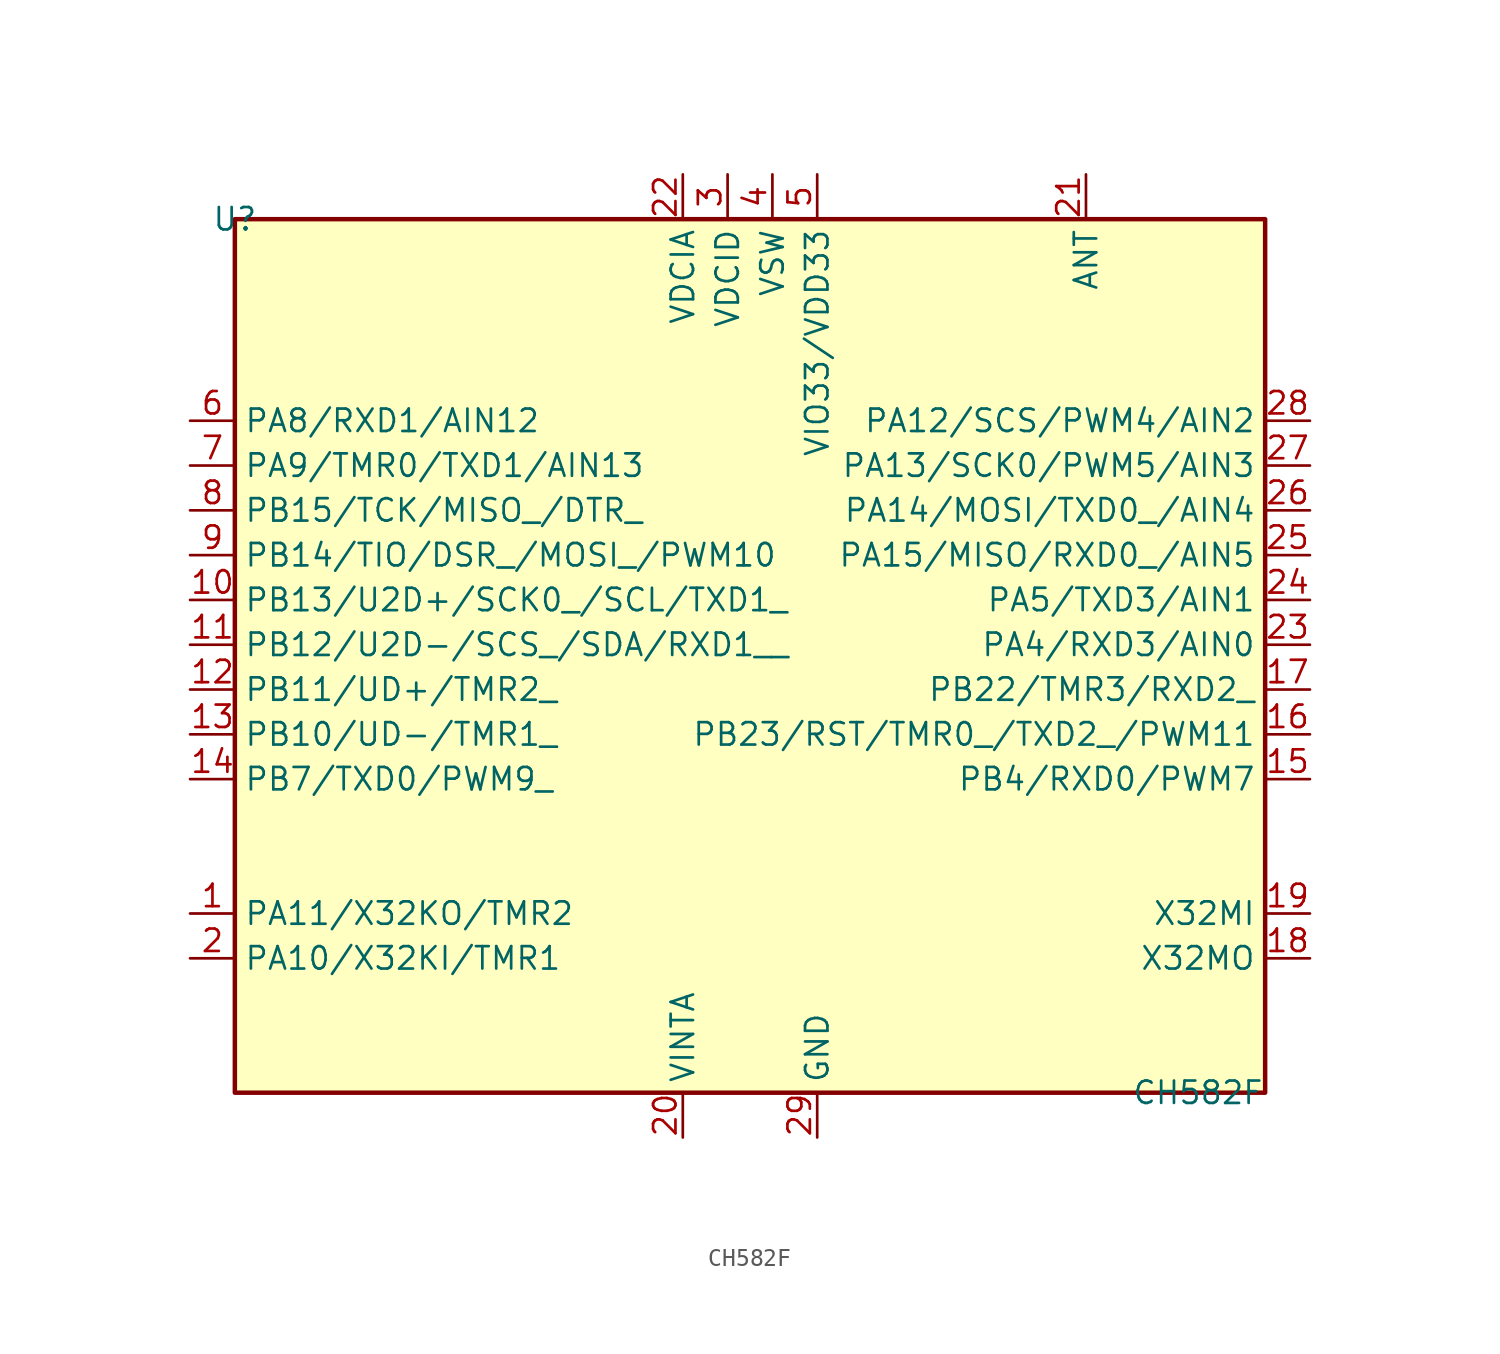
<source format=kicad_sym>
(kicad_symbol_lib
  (version 20220914)
  (generator kicad_symbol_editor)
  (symbol "CH582F"
    (property "Reference" "U"
      (at -29.21 24.13 0)
      (effects (font (size 1.27 1.27))))
    (property "Value" "CH582F"
      (at 25.4 -25.4 0)
      (effects (font (size 1.27 1.27))))
    (symbol "CH582F_1_1"
      (rectangle (start -29.21 24.13) (end 29.21 -25.4) (stroke (width 0.254) (type default)) (fill (type background)))
      (pin bidirectional line (at -31.75 -15.24 0) (length 2.54) (name "PA11/X32KO/TMR2" (effects (font (size 1.27 1.27)))) (number "1" (effects (font (size 1.27 1.27)))))
      (pin bidirectional line (at -31.75 2.54 0) (length 2.54) (name "PB13/U2D+/SCK0_/SCL/TXD1_" (effects (font (size 1.27 1.27)))) (number "10" (effects (font (size 1.27 1.27)))))
      (pin bidirectional line (at -31.75 0 0) (length 2.54) (name "PB12/U2D-/SCS_/SDA/RXD1__" (effects (font (size 1.27 1.27)))) (number "11" (effects (font (size 1.27 1.27)))))
      (pin bidirectional line (at -31.75 -2.54 0) (length 2.54) (name "PB11/UD+/TMR2_" (effects (font (size 1.27 1.27)))) (number "12" (effects (font (size 1.27 1.27)))))
      (pin bidirectional line (at -31.75 -5.08 0) (length 2.54) (name "PB10/UD-/TMR1_" (effects (font (size 1.27 1.27)))) (number "13" (effects (font (size 1.27 1.27)))))
      (pin bidirectional line (at -31.75 -7.62 0) (length 2.54) (name "PB7/TXD0/PWM9_" (effects (font (size 1.27 1.27)))) (number "14" (effects (font (size 1.27 1.27)))))
      (pin bidirectional line (at 31.75 -7.62 180) (length 2.54) (name "PB4/RXD0/PWM7" (effects (font (size 1.27 1.27)))) (number "15" (effects (font (size 1.27 1.27)))))
      (pin bidirectional line (at 31.75 -5.08 180) (length 2.54) (name "PB23/RST/TMR0_/TXD2_/PWM11" (effects (font (size 1.27 1.27)))) (number "16" (effects (font (size 1.27 1.27)))))
      (pin bidirectional line (at 31.75 -2.54 180) (length 2.54) (name "PB22/TMR3/RXD2_" (effects (font (size 1.27 1.27)))) (number "17" (effects (font (size 1.27 1.27)))))
      (pin bidirectional line (at 31.75 -17.78 180) (length 2.54) (name "X32MO" (effects (font (size 1.27 1.27)))) (number "18" (effects (font (size 1.27 1.27)))))
      (pin bidirectional line (at 31.75 -15.24 180) (length 2.54) (name "X32MI" (effects (font (size 1.27 1.27)))) (number "19" (effects (font (size 1.27 1.27)))))
      (pin bidirectional line (at -31.75 -17.78 0) (length 2.54) (name "PA10/X32KI/TMR1" (effects (font (size 1.27 1.27)))) (number "2" (effects (font (size 1.27 1.27)))))
      (pin bidirectional line (at -3.81 -27.94 90) (length 2.54) (name "VINTA" (effects (font (size 1.27 1.27)))) (number "20" (effects (font (size 1.27 1.27)))))
      (pin output line (at 19.05 26.67 270) (length 2.54) (name "ANT" (effects (font (size 1.27 1.27)))) (number "21" (effects (font (size 1.27 1.27)))))
      (pin bidirectional line (at -3.81 26.67 270) (length 2.54) (name "VDCIA" (effects (font (size 1.27 1.27)))) (number "22" (effects (font (size 1.27 1.27)))))
      (pin bidirectional line (at 31.75 0 180) (length 2.54) (name "PA4/RXD3/AIN0" (effects (font (size 1.27 1.27)))) (number "23" (effects (font (size 1.27 1.27)))))
      (pin bidirectional line (at 31.75 2.54 180) (length 2.54) (name "PA5/TXD3/AIN1" (effects (font (size 1.27 1.27)))) (number "24" (effects (font (size 1.27 1.27)))))
      (pin bidirectional line (at 31.75 5.08 180) (length 2.54) (name "PA15/MISO/RXD0_/AIN5" (effects (font (size 1.27 1.27)))) (number "25" (effects (font (size 1.27 1.27)))))
      (pin bidirectional line (at 31.75 7.62 180) (length 2.54) (name "PA14/MOSI/TXD0_/AIN4" (effects (font (size 1.27 1.27)))) (number "26" (effects (font (size 1.27 1.27)))))
      (pin bidirectional line (at 31.75 10.16 180) (length 2.54) (name "PA13/SCK0/PWM5/AIN3" (effects (font (size 1.27 1.27)))) (number "27" (effects (font (size 1.27 1.27)))))
      (pin bidirectional line (at 31.75 12.7 180) (length 2.54) (name "PA12/SCS/PWM4/AIN2" (effects (font (size 1.27 1.27)))) (number "28" (effects (font (size 1.27 1.27)))))
      (pin power_in line (at 3.81 -27.94 90) (length 2.54) (name "GND" (effects (font (size 1.27 1.27)))) (number "29" (effects (font (size 1.27 1.27)))))
      (pin bidirectional line (at -1.27 26.67 270) (length 2.54) (name "VDCID" (effects (font (size 1.27 1.27)))) (number "3" (effects (font (size 1.27 1.27)))))
      (pin output line (at 1.27 26.67 270) (length 2.54) (name "VSW" (effects (font (size 1.27 1.27)))) (number "4" (effects (font (size 1.27 1.27)))))
      (pin power_in line (at 3.81 26.67 270) (length 2.54) (name "VIO33/VDD33" (effects (font (size 1.27 1.27)))) (number "5" (effects (font (size 1.27 1.27)))))
      (pin bidirectional line (at -31.75 12.7 0) (length 2.54) (name "PA8/RXD1/AIN12" (effects (font (size 1.27 1.27)))) (number "6" (effects (font (size 1.27 1.27)))))
      (pin bidirectional line (at -31.75 10.16 0) (length 2.54) (name "PA9/TMR0/TXD1/AIN13" (effects (font (size 1.27 1.27)))) (number "7" (effects (font (size 1.27 1.27)))))
      (pin bidirectional line (at -31.75 7.62 0) (length 2.54) (name "PB15/TCK/MISO_/DTR_" (effects (font (size 1.27 1.27)))) (number "8" (effects (font (size 1.27 1.27)))))
      (pin bidirectional line (at -31.75 5.08 0) (length 2.54) (name "PB14/TIO/DSR_/MOSI_/PWM10" (effects (font (size 1.27 1.27)))) (number "9" (effects (font (size 1.27 1.27))))))))
</source>
